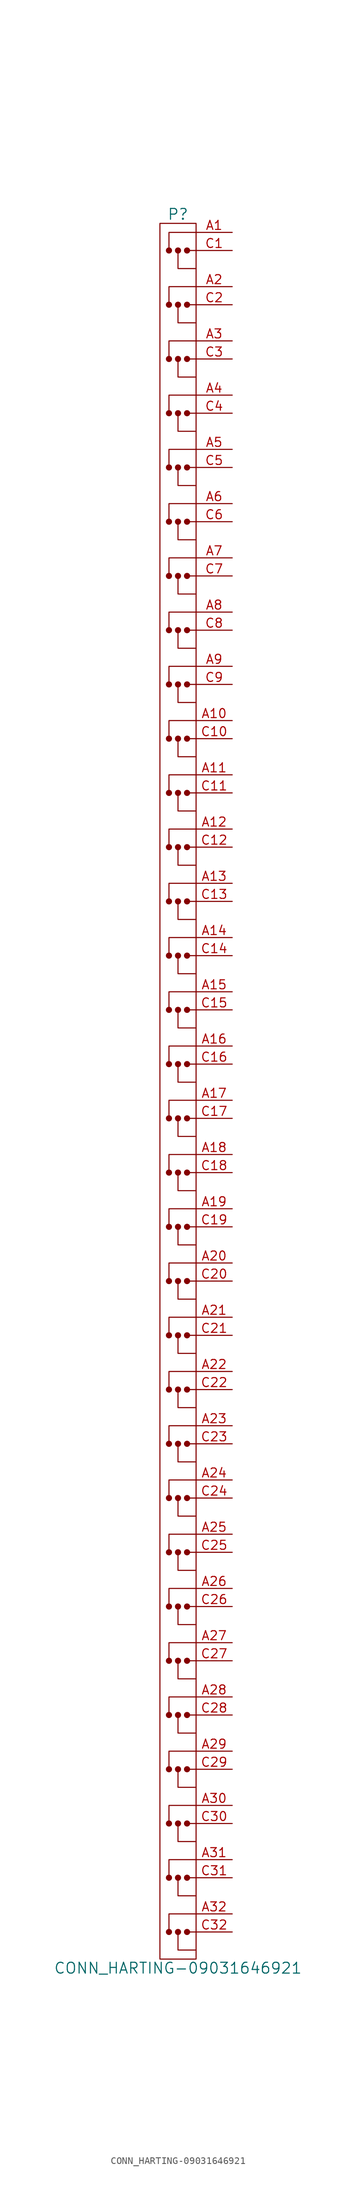
<source format=kicad_sym>
(kicad_symbol_lib
  (version 20201005)
  (generator kicad_symbol_editor)
  (symbol "CONN_HARTING-09031646921"
    (pin_names
      (offset 1.016))
    (property "Reference" "P"
      (at 0 123.19 0)
      (effects (font (size 1.524 1.524))))
    (property "Value" "CONN_HARTING-09031646921"
      (at 0 -123.19 0)
      (effects (font (size 1.524 1.524))))
    (property "Footprint" ""
      (at 8.255 90.17 0)
      (effects (font (size 1.524 1.524))))
    (property "Datasheet" ""
      (at 8.255 90.17 0)
      (effects (font (size 1.524 1.524))))
    (symbol "CONN_HARTING-09031646921_0_1"
      (circle (center -1.27 -118.11) (radius 0.356) (stroke (width 0)) (fill (type outline)))
      (circle (center -1.27 -110.49) (radius 0.356) (stroke (width 0)) (fill (type outline)))
      (circle (center -1.27 -102.87) (radius 0.356) (stroke (width 0)) (fill (type outline)))
      (circle (center -1.27 -95.25) (radius 0.356) (stroke (width 0)) (fill (type outline)))
      (circle (center -1.27 -87.63) (radius 0.356) (stroke (width 0)) (fill (type outline)))
      (circle (center -1.27 -80.01) (radius 0.356) (stroke (width 0)) (fill (type outline)))
      (circle (center -1.27 -72.39) (radius 0.356) (stroke (width 0)) (fill (type outline)))
      (circle (center -1.27 -64.77) (radius 0.356) (stroke (width 0)) (fill (type outline)))
      (circle (center -1.27 -57.15) (radius 0.356) (stroke (width 0)) (fill (type outline)))
      (circle (center -1.27 -49.53) (radius 0.356) (stroke (width 0)) (fill (type outline)))
      (circle (center -1.27 -41.91) (radius 0.356) (stroke (width 0)) (fill (type outline)))
      (circle (center -1.27 -34.29) (radius 0.356) (stroke (width 0)) (fill (type outline)))
      (circle (center -1.27 -26.67) (radius 0.356) (stroke (width 0)) (fill (type outline)))
      (circle (center -1.27 -19.05) (radius 0.356) (stroke (width 0)) (fill (type outline)))
      (circle (center -1.27 -11.43) (radius 0.356) (stroke (width 0)) (fill (type outline)))
      (circle (center -1.27 -3.81) (radius 0.356) (stroke (width 0)) (fill (type outline)))
      (circle (center -1.27 3.81) (radius 0.356) (stroke (width 0)) (fill (type outline)))
      (circle (center -1.27 11.43) (radius 0.356) (stroke (width 0)) (fill (type outline)))
      (circle (center -1.27 19.05) (radius 0.356) (stroke (width 0)) (fill (type outline)))
      (circle (center -1.27 26.67) (radius 0.356) (stroke (width 0)) (fill (type outline)))
      (circle (center -1.27 34.29) (radius 0.356) (stroke (width 0)) (fill (type outline)))
      (circle (center -1.27 41.91) (radius 0.356) (stroke (width 0)) (fill (type outline)))
      (circle (center -1.27 49.53) (radius 0.356) (stroke (width 0)) (fill (type outline)))
      (circle (center -1.27 57.15) (radius 0.356) (stroke (width 0)) (fill (type outline)))
      (circle (center -1.27 64.77) (radius 0.356) (stroke (width 0)) (fill (type outline)))
      (circle (center -1.27 72.39) (radius 0.356) (stroke (width 0)) (fill (type outline)))
      (circle (center -1.27 80.01) (radius 0.356) (stroke (width 0)) (fill (type outline)))
      (circle (center -1.27 87.63) (radius 0.356) (stroke (width 0)) (fill (type outline)))
      (circle (center -1.27 95.25) (radius 0.356) (stroke (width 0)) (fill (type outline)))
      (circle (center -1.27 102.87) (radius 0.356) (stroke (width 0)) (fill (type outline)))
      (circle (center -1.27 110.49) (radius 0.356) (stroke (width 0)) (fill (type outline)))
      (circle (center -1.27 118.11) (radius 0.356) (stroke (width 0)) (fill (type outline)))
      (circle (center 0 -118.11) (radius 0.356) (stroke (width 0)) (fill (type outline)))
      (circle (center 0 -110.49) (radius 0.356) (stroke (width 0)) (fill (type outline)))
      (circle (center 0 -102.87) (radius 0.356) (stroke (width 0)) (fill (type outline)))
      (circle (center 0 -95.25) (radius 0.356) (stroke (width 0)) (fill (type outline)))
      (circle (center 0 -87.63) (radius 0.356) (stroke (width 0)) (fill (type outline)))
      (circle (center 0 -80.01) (radius 0.356) (stroke (width 0)) (fill (type outline)))
      (circle (center 0 -72.39) (radius 0.356) (stroke (width 0)) (fill (type outline)))
      (circle (center 0 -64.77) (radius 0.356) (stroke (width 0)) (fill (type outline)))
      (circle (center 0 -57.15) (radius 0.356) (stroke (width 0)) (fill (type outline)))
      (circle (center 0 -49.53) (radius 0.356) (stroke (width 0)) (fill (type outline)))
      (circle (center 0 -41.91) (radius 0.356) (stroke (width 0)) (fill (type outline)))
      (circle (center 0 -34.29) (radius 0.356) (stroke (width 0)) (fill (type outline)))
      (circle (center 0 -26.67) (radius 0.356) (stroke (width 0)) (fill (type outline)))
      (circle (center 0 -19.05) (radius 0.356) (stroke (width 0)) (fill (type outline)))
      (circle (center 0 -11.43) (radius 0.356) (stroke (width 0)) (fill (type outline)))
      (circle (center 0 -3.81) (radius 0.356) (stroke (width 0)) (fill (type outline)))
      (circle (center 0 3.81) (radius 0.356) (stroke (width 0)) (fill (type outline)))
      (circle (center 0 11.43) (radius 0.356) (stroke (width 0)) (fill (type outline)))
      (circle (center 0 19.05) (radius 0.356) (stroke (width 0)) (fill (type outline)))
      (circle (center 0 26.67) (radius 0.356) (stroke (width 0)) (fill (type outline)))
      (circle (center 0 34.29) (radius 0.356) (stroke (width 0)) (fill (type outline)))
      (circle (center 0 41.91) (radius 0.356) (stroke (width 0)) (fill (type outline)))
      (circle (center 0 49.53) (radius 0.356) (stroke (width 0)) (fill (type outline)))
      (circle (center 0 57.15) (radius 0.356) (stroke (width 0)) (fill (type outline)))
      (circle (center 0 64.77) (radius 0.356) (stroke (width 0)) (fill (type outline)))
      (circle (center 0 72.39) (radius 0.356) (stroke (width 0)) (fill (type outline)))
      (circle (center 0 80.01) (radius 0.356) (stroke (width 0)) (fill (type outline)))
      (circle (center 0 87.63) (radius 0.356) (stroke (width 0)) (fill (type outline)))
      (circle (center 0 95.25) (radius 0.356) (stroke (width 0)) (fill (type outline)))
      (circle (center 0 102.87) (radius 0.356) (stroke (width 0)) (fill (type outline)))
      (circle (center 0 110.49) (radius 0.356) (stroke (width 0)) (fill (type outline)))
      (circle (center 0 118.11) (radius 0.356) (stroke (width 0)) (fill (type outline)))
      (circle (center 1.27 -118.11) (radius 0.356) (stroke (width 0)) (fill (type outline)))
      (circle (center 1.27 -110.49) (radius 0.356) (stroke (width 0)) (fill (type outline)))
      (circle (center 1.27 -102.87) (radius 0.356) (stroke (width 0)) (fill (type outline)))
      (circle (center 1.27 -95.25) (radius 0.356) (stroke (width 0)) (fill (type outline)))
      (circle (center 1.27 -87.63) (radius 0.356) (stroke (width 0)) (fill (type outline)))
      (circle (center 1.27 -80.01) (radius 0.356) (stroke (width 0)) (fill (type outline)))
      (circle (center 1.27 -72.39) (radius 0.356) (stroke (width 0)) (fill (type outline)))
      (circle (center 1.27 -64.77) (radius 0.356) (stroke (width 0)) (fill (type outline)))
      (circle (center 1.27 -57.15) (radius 0.356) (stroke (width 0)) (fill (type outline)))
      (circle (center 1.27 -49.53) (radius 0.356) (stroke (width 0)) (fill (type outline)))
      (circle (center 1.27 -41.91) (radius 0.356) (stroke (width 0)) (fill (type outline)))
      (circle (center 1.27 -34.29) (radius 0.356) (stroke (width 0)) (fill (type outline)))
      (circle (center 1.27 -26.67) (radius 0.356) (stroke (width 0)) (fill (type outline)))
      (circle (center 1.27 -19.05) (radius 0.356) (stroke (width 0)) (fill (type outline)))
      (circle (center 1.27 -11.43) (radius 0.356) (stroke (width 0)) (fill (type outline)))
      (circle (center 1.27 -3.81) (radius 0.356) (stroke (width 0)) (fill (type outline)))
      (circle (center 1.27 3.81) (radius 0.356) (stroke (width 0)) (fill (type outline)))
      (circle (center 1.27 11.43) (radius 0.356) (stroke (width 0)) (fill (type outline)))
      (circle (center 1.27 19.05) (radius 0.356) (stroke (width 0)) (fill (type outline)))
      (circle (center 1.27 26.67) (radius 0.356) (stroke (width 0)) (fill (type outline)))
      (circle (center 1.27 34.29) (radius 0.356) (stroke (width 0)) (fill (type outline)))
      (circle (center 1.27 41.91) (radius 0.356) (stroke (width 0)) (fill (type outline)))
      (circle (center 1.27 49.53) (radius 0.356) (stroke (width 0)) (fill (type outline)))
      (circle (center 1.27 57.15) (radius 0.356) (stroke (width 0)) (fill (type outline)))
      (circle (center 1.27 64.77) (radius 0.356) (stroke (width 0)) (fill (type outline)))
      (circle (center 1.27 72.39) (radius 0.356) (stroke (width 0)) (fill (type outline)))
      (circle (center 1.27 80.01) (radius 0.356) (stroke (width 0)) (fill (type outline)))
      (circle (center 1.27 87.63) (radius 0.356) (stroke (width 0)) (fill (type outline)))
      (circle (center 1.27 95.25) (radius 0.356) (stroke (width 0)) (fill (type outline)))
      (circle (center 1.27 102.87) (radius 0.356) (stroke (width 0)) (fill (type outline)))
      (circle (center 1.27 110.49) (radius 0.356) (stroke (width 0)) (fill (type outline)))
      (circle (center 1.27 118.11) (radius 0.356) (stroke (width 0)) (fill (type outline)))
      (rectangle (start -2.54 121.92) (end 2.54 -121.92) (stroke (width 0)) (fill (type none)))
      (polyline (pts (xy 1.27 -118.11) (xy 2.54 -118.11)) (stroke (width 0)) (fill (type none)))
      (polyline (pts (xy 1.27 -110.49) (xy 2.54 -110.49)) (stroke (width 0)) (fill (type none)))
      (polyline (pts (xy 1.27 -102.87) (xy 2.54 -102.87)) (stroke (width 0)) (fill (type none)))
      (polyline (pts (xy 1.27 -95.25) (xy 2.54 -95.25)) (stroke (width 0)) (fill (type none)))
      (polyline (pts (xy 1.27 -87.63) (xy 2.54 -87.63)) (stroke (width 0)) (fill (type none)))
      (polyline (pts (xy 1.27 -80.01) (xy 2.54 -80.01)) (stroke (width 0)) (fill (type none)))
      (polyline (pts (xy 1.27 -72.39) (xy 2.54 -72.39)) (stroke (width 0)) (fill (type none)))
      (polyline (pts (xy 1.27 -64.77) (xy 2.54 -64.77)) (stroke (width 0)) (fill (type none)))
      (polyline (pts (xy 1.27 -57.15) (xy 2.54 -57.15)) (stroke (width 0)) (fill (type none)))
      (polyline (pts (xy 1.27 -49.53) (xy 2.54 -49.53)) (stroke (width 0)) (fill (type none)))
      (polyline (pts (xy 1.27 -41.91) (xy 2.54 -41.91)) (stroke (width 0)) (fill (type none)))
      (polyline (pts (xy 1.27 -34.29) (xy 2.54 -34.29)) (stroke (width 0)) (fill (type none)))
      (polyline (pts (xy 1.27 -26.67) (xy 2.54 -26.67)) (stroke (width 0)) (fill (type none)))
      (polyline (pts (xy 1.27 -19.05) (xy 2.54 -19.05)) (stroke (width 0)) (fill (type none)))
      (polyline (pts (xy 1.27 -11.43) (xy 2.54 -11.43)) (stroke (width 0)) (fill (type none)))
      (polyline (pts (xy 1.27 -3.81) (xy 2.54 -3.81)) (stroke (width 0)) (fill (type none)))
      (polyline (pts (xy 1.27 3.81) (xy 2.54 3.81)) (stroke (width 0)) (fill (type none)))
      (polyline (pts (xy 1.27 11.43) (xy 2.54 11.43)) (stroke (width 0)) (fill (type none)))
      (polyline (pts (xy 1.27 19.05) (xy 2.54 19.05)) (stroke (width 0)) (fill (type none)))
      (polyline (pts (xy 1.27 26.67) (xy 2.54 26.67)) (stroke (width 0)) (fill (type none)))
      (polyline (pts (xy 1.27 34.29) (xy 2.54 34.29)) (stroke (width 0)) (fill (type none)))
      (polyline (pts (xy 1.27 41.91) (xy 2.54 41.91)) (stroke (width 0)) (fill (type none)))
      (polyline (pts (xy 1.27 49.53) (xy 2.54 49.53)) (stroke (width 0)) (fill (type none)))
      (polyline (pts (xy 1.27 57.15) (xy 2.54 57.15)) (stroke (width 0)) (fill (type none)))
      (polyline (pts (xy 1.27 64.77) (xy 2.54 64.77)) (stroke (width 0)) (fill (type none)))
      (polyline (pts (xy 1.27 72.39) (xy 2.54 72.39)) (stroke (width 0)) (fill (type none)))
      (polyline (pts (xy 1.27 80.01) (xy 2.54 80.01)) (stroke (width 0)) (fill (type none)))
      (polyline (pts (xy 1.27 87.63) (xy 2.54 87.63)) (stroke (width 0)) (fill (type none)))
      (polyline (pts (xy 1.27 95.25) (xy 2.54 95.25)) (stroke (width 0)) (fill (type none)))
      (polyline (pts (xy 1.27 102.87) (xy 2.54 102.87)) (stroke (width 0)) (fill (type none)))
      (polyline (pts (xy 1.27 110.49) (xy 2.54 110.49)) (stroke (width 0)) (fill (type none)))
      (polyline (pts (xy 1.27 118.11) (xy 2.54 118.11)) (stroke (width 0)) (fill (type none)))
      (polyline (pts (xy -1.27 -118.11) (xy -1.27 -115.57) (xy 2.54 -115.57)) (stroke (width 0)) (fill (type none)))
      (polyline (pts (xy -1.27 -110.49) (xy -1.27 -107.95) (xy 2.54 -107.95)) (stroke (width 0)) (fill (type none)))
      (polyline (pts (xy -1.27 -102.87) (xy -1.27 -100.33) (xy 2.54 -100.33)) (stroke (width 0)) (fill (type none)))
      (polyline (pts (xy -1.27 -95.25) (xy -1.27 -92.71) (xy 2.54 -92.71)) (stroke (width 0)) (fill (type none)))
      (polyline (pts (xy -1.27 -87.63) (xy -1.27 -85.09) (xy 2.54 -85.09)) (stroke (width 0)) (fill (type none)))
      (polyline (pts (xy -1.27 -80.01) (xy -1.27 -77.47) (xy 2.54 -77.47)) (stroke (width 0)) (fill (type none)))
      (polyline (pts (xy -1.27 -72.39) (xy -1.27 -69.85) (xy 2.54 -69.85)) (stroke (width 0)) (fill (type none)))
      (polyline (pts (xy -1.27 -64.77) (xy -1.27 -62.23) (xy 2.54 -62.23)) (stroke (width 0)) (fill (type none)))
      (polyline (pts (xy -1.27 -57.15) (xy -1.27 -54.61) (xy 2.54 -54.61)) (stroke (width 0)) (fill (type none)))
      (polyline (pts (xy -1.27 -49.53) (xy -1.27 -46.99) (xy 2.54 -46.99)) (stroke (width 0)) (fill (type none)))
      (polyline (pts (xy -1.27 -41.91) (xy -1.27 -39.37) (xy 2.54 -39.37)) (stroke (width 0)) (fill (type none)))
      (polyline (pts (xy -1.27 -34.29) (xy -1.27 -31.75) (xy 2.54 -31.75)) (stroke (width 0)) (fill (type none)))
      (polyline (pts (xy -1.27 -26.67) (xy -1.27 -24.13) (xy 2.54 -24.13)) (stroke (width 0)) (fill (type none)))
      (polyline (pts (xy -1.27 -19.05) (xy -1.27 -16.51) (xy 2.54 -16.51)) (stroke (width 0)) (fill (type none)))
      (polyline (pts (xy -1.27 -11.43) (xy -1.27 -8.89) (xy 2.54 -8.89)) (stroke (width 0)) (fill (type none)))
      (polyline (pts (xy -1.27 -3.81) (xy -1.27 -1.27) (xy 2.54 -1.27)) (stroke (width 0)) (fill (type none)))
      (polyline (pts (xy -1.27 3.81) (xy -1.27 6.35) (xy 2.54 6.35)) (stroke (width 0)) (fill (type none)))
      (polyline (pts (xy -1.27 11.43) (xy -1.27 13.97) (xy 2.54 13.97)) (stroke (width 0)) (fill (type none)))
      (polyline (pts (xy -1.27 19.05) (xy -1.27 21.59) (xy 2.54 21.59)) (stroke (width 0)) (fill (type none)))
      (polyline (pts (xy -1.27 26.67) (xy -1.27 29.21) (xy 2.54 29.21)) (stroke (width 0)) (fill (type none)))
      (polyline (pts (xy -1.27 34.29) (xy -1.27 36.83) (xy 2.54 36.83)) (stroke (width 0)) (fill (type none)))
      (polyline (pts (xy -1.27 41.91) (xy -1.27 44.45) (xy 2.54 44.45)) (stroke (width 0)) (fill (type none)))
      (polyline (pts (xy -1.27 49.53) (xy -1.27 52.07) (xy 2.54 52.07)) (stroke (width 0)) (fill (type none)))
      (polyline (pts (xy -1.27 57.15) (xy -1.27 59.69) (xy 2.54 59.69)) (stroke (width 0)) (fill (type none)))
      (polyline (pts (xy -1.27 64.77) (xy -1.27 67.31) (xy 2.54 67.31)) (stroke (width 0)) (fill (type none)))
      (polyline (pts (xy -1.27 72.39) (xy -1.27 74.93) (xy 2.54 74.93)) (stroke (width 0)) (fill (type none)))
      (polyline (pts (xy -1.27 80.01) (xy -1.27 82.55) (xy 2.54 82.55)) (stroke (width 0)) (fill (type none)))
      (polyline (pts (xy -1.27 87.63) (xy -1.27 90.17) (xy 2.54 90.17)) (stroke (width 0)) (fill (type none)))
      (polyline (pts (xy -1.27 95.25) (xy -1.27 97.79) (xy 2.54 97.79)) (stroke (width 0)) (fill (type none)))
      (polyline (pts (xy -1.27 102.87) (xy -1.27 105.41) (xy 2.54 105.41)) (stroke (width 0)) (fill (type none)))
      (polyline (pts (xy -1.27 110.49) (xy -1.27 113.03) (xy 2.54 113.03)) (stroke (width 0)) (fill (type none)))
      (polyline (pts (xy -1.27 118.11) (xy -1.27 120.65) (xy 2.54 120.65)) (stroke (width 0)) (fill (type none)))
      (polyline (pts (xy 0 -118.11) (xy 0 -120.65) (xy 2.54 -120.65)) (stroke (width 0)) (fill (type none)))
      (polyline (pts (xy 0 -110.49) (xy 0 -113.03) (xy 2.54 -113.03)) (stroke (width 0)) (fill (type none)))
      (polyline (pts (xy 0 -102.87) (xy 0 -105.41) (xy 2.54 -105.41)) (stroke (width 0)) (fill (type none)))
      (polyline (pts (xy 0 -95.25) (xy 0 -97.79) (xy 2.54 -97.79)) (stroke (width 0)) (fill (type none)))
      (polyline (pts (xy 0 -87.63) (xy 0 -90.17) (xy 2.54 -90.17)) (stroke (width 0)) (fill (type none)))
      (polyline (pts (xy 0 -80.01) (xy 0 -82.55) (xy 2.54 -82.55)) (stroke (width 0)) (fill (type none)))
      (polyline (pts (xy 0 -72.39) (xy 0 -74.93) (xy 2.54 -74.93)) (stroke (width 0)) (fill (type none)))
      (polyline (pts (xy 0 -64.77) (xy 0 -67.31) (xy 2.54 -67.31)) (stroke (width 0)) (fill (type none)))
      (polyline (pts (xy 0 -57.15) (xy 0 -59.69) (xy 2.54 -59.69)) (stroke (width 0)) (fill (type none)))
      (polyline (pts (xy 0 -49.53) (xy 0 -52.07) (xy 2.54 -52.07)) (stroke (width 0)) (fill (type none)))
      (polyline (pts (xy 0 -41.91) (xy 0 -44.45) (xy 2.54 -44.45)) (stroke (width 0)) (fill (type none)))
      (polyline (pts (xy 0 -34.29) (xy 0 -36.83) (xy 2.54 -36.83)) (stroke (width 0)) (fill (type none)))
      (polyline (pts (xy 0 -26.67) (xy 0 -29.21) (xy 2.54 -29.21)) (stroke (width 0)) (fill (type none)))
      (polyline (pts (xy 0 -19.05) (xy 0 -21.59) (xy 2.54 -21.59)) (stroke (width 0)) (fill (type none)))
      (polyline (pts (xy 0 -11.43) (xy 0 -13.97) (xy 2.54 -13.97)) (stroke (width 0)) (fill (type none)))
      (polyline (pts (xy 0 -3.81) (xy 0 -6.35) (xy 2.54 -6.35)) (stroke (width 0)) (fill (type none)))
      (polyline (pts (xy 0 3.81) (xy 0 1.27) (xy 2.54 1.27)) (stroke (width 0)) (fill (type none)))
      (polyline (pts (xy 0 11.43) (xy 0 8.89) (xy 2.54 8.89)) (stroke (width 0)) (fill (type none)))
      (polyline (pts (xy 0 19.05) (xy 0 16.51) (xy 2.54 16.51)) (stroke (width 0)) (fill (type none)))
      (polyline (pts (xy 0 26.67) (xy 0 24.13) (xy 2.54 24.13)) (stroke (width 0)) (fill (type none)))
      (polyline (pts (xy 0 34.29) (xy 0 31.75) (xy 2.54 31.75)) (stroke (width 0)) (fill (type none)))
      (polyline (pts (xy 0 41.91) (xy 0 39.37) (xy 2.54 39.37)) (stroke (width 0)) (fill (type none)))
      (polyline (pts (xy 0 49.53) (xy 0 46.99) (xy 2.54 46.99)) (stroke (width 0)) (fill (type none)))
      (polyline (pts (xy 0 57.15) (xy 0 54.61) (xy 2.54 54.61)) (stroke (width 0)) (fill (type none)))
      (polyline (pts (xy 0 64.77) (xy 0 62.23) (xy 2.54 62.23)) (stroke (width 0)) (fill (type none)))
      (polyline (pts (xy 0 72.39) (xy 0 69.85) (xy 2.54 69.85)) (stroke (width 0)) (fill (type none)))
      (polyline (pts (xy 0 80.01) (xy 0 77.47) (xy 2.54 77.47)) (stroke (width 0)) (fill (type none)))
      (polyline (pts (xy 0 87.63) (xy 0 85.09) (xy 2.54 85.09)) (stroke (width 0)) (fill (type none)))
      (polyline (pts (xy 0 95.25) (xy 0 92.71) (xy 2.54 92.71)) (stroke (width 0)) (fill (type none)))
      (polyline (pts (xy 0 102.87) (xy 0 100.33) (xy 2.54 100.33)) (stroke (width 0)) (fill (type none)))
      (polyline (pts (xy 0 110.49) (xy 0 107.95) (xy 2.54 107.95)) (stroke (width 0)) (fill (type none)))
      (polyline (pts (xy 0 118.11) (xy 0 115.57) (xy 2.54 115.57)) (stroke (width 0)) (fill (type none))))
    (symbol "CONN_HARTING-09031646921_1_1"
      (pin passive line (at 7.62 120.65 180) (length 5.08) (name "~" (effects (font (size 1.27 1.27)))) (number "A1" (effects (font (size 1.27 1.27)))))
      (pin passive line (at 7.62 52.07 180) (length 5.08) (name "~" (effects (font (size 1.27 1.27)))) (number "A10" (effects (font (size 1.27 1.27)))))
      (pin passive line (at 7.62 44.45 180) (length 5.08) (name "~" (effects (font (size 1.27 1.27)))) (number "A11" (effects (font (size 1.27 1.27)))))
      (pin passive line (at 7.62 36.83 180) (length 5.08) (name "~" (effects (font (size 1.27 1.27)))) (number "A12" (effects (font (size 1.27 1.27)))))
      (pin passive line (at 7.62 29.21 180) (length 5.08) (name "~" (effects (font (size 1.27 1.27)))) (number "A13" (effects (font (size 1.27 1.27)))))
      (pin passive line (at 7.62 21.59 180) (length 5.08) (name "~" (effects (font (size 1.27 1.27)))) (number "A14" (effects (font (size 1.27 1.27)))))
      (pin passive line (at 7.62 13.97 180) (length 5.08) (name "~" (effects (font (size 1.27 1.27)))) (number "A15" (effects (font (size 1.27 1.27)))))
      (pin passive line (at 7.62 6.35 180) (length 5.08) (name "~" (effects (font (size 1.27 1.27)))) (number "A16" (effects (font (size 1.27 1.27)))))
      (pin passive line (at 7.62 -1.27 180) (length 5.08) (name "~" (effects (font (size 1.27 1.27)))) (number "A17" (effects (font (size 1.27 1.27)))))
      (pin passive line (at 7.62 -8.89 180) (length 5.08) (name "~" (effects (font (size 1.27 1.27)))) (number "A18" (effects (font (size 1.27 1.27)))))
      (pin passive line (at 7.62 -16.51 180) (length 5.08) (name "~" (effects (font (size 1.27 1.27)))) (number "A19" (effects (font (size 1.27 1.27)))))
      (pin passive line (at 7.62 113.03 180) (length 5.08) (name "~" (effects (font (size 1.27 1.27)))) (number "A2" (effects (font (size 1.27 1.27)))))
      (pin passive line (at 7.62 -24.13 180) (length 5.08) (name "~" (effects (font (size 1.27 1.27)))) (number "A20" (effects (font (size 1.27 1.27)))))
      (pin passive line (at 7.62 -31.75 180) (length 5.08) (name "~" (effects (font (size 1.27 1.27)))) (number "A21" (effects (font (size 1.27 1.27)))))
      (pin passive line (at 7.62 -39.37 180) (length 5.08) (name "~" (effects (font (size 1.27 1.27)))) (number "A22" (effects (font (size 1.27 1.27)))))
      (pin passive line (at 7.62 -46.99 180) (length 5.08) (name "~" (effects (font (size 1.27 1.27)))) (number "A23" (effects (font (size 1.27 1.27)))))
      (pin passive line (at 7.62 -54.61 180) (length 5.08) (name "~" (effects (font (size 1.27 1.27)))) (number "A24" (effects (font (size 1.27 1.27)))))
      (pin passive line (at 7.62 -62.23 180) (length 5.08) (name "~" (effects (font (size 1.27 1.27)))) (number "A25" (effects (font (size 1.27 1.27)))))
      (pin passive line (at 7.62 -69.85 180) (length 5.08) (name "~" (effects (font (size 1.27 1.27)))) (number "A26" (effects (font (size 1.27 1.27)))))
      (pin passive line (at 7.62 -77.47 180) (length 5.08) (name "~" (effects (font (size 1.27 1.27)))) (number "A27" (effects (font (size 1.27 1.27)))))
      (pin passive line (at 7.62 -85.09 180) (length 5.08) (name "~" (effects (font (size 1.27 1.27)))) (number "A28" (effects (font (size 1.27 1.27)))))
      (pin passive line (at 7.62 -92.71 180) (length 5.08) (name "~" (effects (font (size 1.27 1.27)))) (number "A29" (effects (font (size 1.27 1.27)))))
      (pin passive line (at 7.62 105.41 180) (length 5.08) (name "~" (effects (font (size 1.27 1.27)))) (number "A3" (effects (font (size 1.27 1.27)))))
      (pin passive line (at 7.62 -100.33 180) (length 5.08) (name "~" (effects (font (size 1.27 1.27)))) (number "A30" (effects (font (size 1.27 1.27)))))
      (pin passive line (at 7.62 -107.95 180) (length 5.08) (name "~" (effects (font (size 1.27 1.27)))) (number "A31" (effects (font (size 1.27 1.27)))))
      (pin passive line (at 7.62 -115.57 180) (length 5.08) (name "~" (effects (font (size 1.27 1.27)))) (number "A32" (effects (font (size 1.27 1.27)))))
      (pin passive line (at 7.62 97.79 180) (length 5.08) (name "~" (effects (font (size 1.27 1.27)))) (number "A4" (effects (font (size 1.27 1.27)))))
      (pin passive line (at 7.62 90.17 180) (length 5.08) (name "~" (effects (font (size 1.27 1.27)))) (number "A5" (effects (font (size 1.27 1.27)))))
      (pin passive line (at 7.62 82.55 180) (length 5.08) (name "~" (effects (font (size 1.27 1.27)))) (number "A6" (effects (font (size 1.27 1.27)))))
      (pin passive line (at 7.62 74.93 180) (length 5.08) (name "~" (effects (font (size 1.27 1.27)))) (number "A7" (effects (font (size 1.27 1.27)))))
      (pin passive line (at 7.62 67.31 180) (length 5.08) (name "~" (effects (font (size 1.27 1.27)))) (number "A8" (effects (font (size 1.27 1.27)))))
      (pin passive line (at 7.62 59.69 180) (length 5.08) (name "~" (effects (font (size 1.27 1.27)))) (number "A9" (effects (font (size 1.27 1.27)))))
      (pin passive line (at 7.62 118.11 180) (length 5.08) (name "~" (effects (font (size 1.27 1.27)))) (number "C1" (effects (font (size 1.27 1.27)))))
      (pin passive line (at 7.62 49.53 180) (length 5.08) (name "~" (effects (font (size 1.27 1.27)))) (number "C10" (effects (font (size 1.27 1.27)))))
      (pin passive line (at 7.62 41.91 180) (length 5.08) (name "~" (effects (font (size 1.27 1.27)))) (number "C11" (effects (font (size 1.27 1.27)))))
      (pin passive line (at 7.62 34.29 180) (length 5.08) (name "~" (effects (font (size 1.27 1.27)))) (number "C12" (effects (font (size 1.27 1.27)))))
      (pin passive line (at 7.62 26.67 180) (length 5.08) (name "~" (effects (font (size 1.27 1.27)))) (number "C13" (effects (font (size 1.27 1.27)))))
      (pin passive line (at 7.62 19.05 180) (length 5.08) (name "~" (effects (font (size 1.27 1.27)))) (number "C14" (effects (font (size 1.27 1.27)))))
      (pin passive line (at 7.62 11.43 180) (length 5.08) (name "~" (effects (font (size 1.27 1.27)))) (number "C15" (effects (font (size 1.27 1.27)))))
      (pin passive line (at 7.62 3.81 180) (length 5.08) (name "~" (effects (font (size 1.27 1.27)))) (number "C16" (effects (font (size 1.27 1.27)))))
      (pin passive line (at 7.62 -3.81 180) (length 5.08) (name "~" (effects (font (size 1.27 1.27)))) (number "C17" (effects (font (size 1.27 1.27)))))
      (pin passive line (at 7.62 -11.43 180) (length 5.08) (name "~" (effects (font (size 1.27 1.27)))) (number "C18" (effects (font (size 1.27 1.27)))))
      (pin passive line (at 7.62 -19.05 180) (length 5.08) (name "~" (effects (font (size 1.27 1.27)))) (number "C19" (effects (font (size 1.27 1.27)))))
      (pin passive line (at 7.62 110.49 180) (length 5.08) (name "~" (effects (font (size 1.27 1.27)))) (number "C2" (effects (font (size 1.27 1.27)))))
      (pin passive line (at 7.62 -26.67 180) (length 5.08) (name "~" (effects (font (size 1.27 1.27)))) (number "C20" (effects (font (size 1.27 1.27)))))
      (pin passive line (at 7.62 -34.29 180) (length 5.08) (name "~" (effects (font (size 1.27 1.27)))) (number "C21" (effects (font (size 1.27 1.27)))))
      (pin passive line (at 7.62 -41.91 180) (length 5.08) (name "~" (effects (font (size 1.27 1.27)))) (number "C22" (effects (font (size 1.27 1.27)))))
      (pin passive line (at 7.62 -49.53 180) (length 5.08) (name "~" (effects (font (size 1.27 1.27)))) (number "C23" (effects (font (size 1.27 1.27)))))
      (pin passive line (at 7.62 -57.15 180) (length 5.08) (name "~" (effects (font (size 1.27 1.27)))) (number "C24" (effects (font (size 1.27 1.27)))))
      (pin passive line (at 7.62 -64.77 180) (length 5.08) (name "~" (effects (font (size 1.27 1.27)))) (number "C25" (effects (font (size 1.27 1.27)))))
      (pin passive line (at 7.62 -72.39 180) (length 5.08) (name "~" (effects (font (size 1.27 1.27)))) (number "C26" (effects (font (size 1.27 1.27)))))
      (pin passive line (at 7.62 -80.01 180) (length 5.08) (name "~" (effects (font (size 1.27 1.27)))) (number "C27" (effects (font (size 1.27 1.27)))))
      (pin passive line (at 7.62 -87.63 180) (length 5.08) (name "~" (effects (font (size 1.27 1.27)))) (number "C28" (effects (font (size 1.27 1.27)))))
      (pin passive line (at 7.62 -95.25 180) (length 5.08) (name "~" (effects (font (size 1.27 1.27)))) (number "C29" (effects (font (size 1.27 1.27)))))
      (pin passive line (at 7.62 102.87 180) (length 5.08) (name "~" (effects (font (size 1.27 1.27)))) (number "C3" (effects (font (size 1.27 1.27)))))
      (pin passive line (at 7.62 -102.87 180) (length 5.08) (name "~" (effects (font (size 1.27 1.27)))) (number "C30" (effects (font (size 1.27 1.27)))))
      (pin passive line (at 7.62 -110.49 180) (length 5.08) (name "~" (effects (font (size 1.27 1.27)))) (number "C31" (effects (font (size 1.27 1.27)))))
      (pin passive line (at 7.62 -118.11 180) (length 5.08) (name "~" (effects (font (size 1.27 1.27)))) (number "C32" (effects (font (size 1.27 1.27)))))
      (pin passive line (at 7.62 95.25 180) (length 5.08) (name "~" (effects (font (size 1.27 1.27)))) (number "C4" (effects (font (size 1.27 1.27)))))
      (pin passive line (at 7.62 87.63 180) (length 5.08) (name "~" (effects (font (size 1.27 1.27)))) (number "C5" (effects (font (size 1.27 1.27)))))
      (pin passive line (at 7.62 80.01 180) (length 5.08) (name "~" (effects (font (size 1.27 1.27)))) (number "C6" (effects (font (size 1.27 1.27)))))
      (pin passive line (at 7.62 72.39 180) (length 5.08) (name "~" (effects (font (size 1.27 1.27)))) (number "C7" (effects (font (size 1.27 1.27)))))
      (pin passive line (at 7.62 64.77 180) (length 5.08) (name "~" (effects (font (size 1.27 1.27)))) (number "C8" (effects (font (size 1.27 1.27)))))
      (pin passive line (at 7.62 57.15 180) (length 5.08) (name "~" (effects (font (size 1.27 1.27)))) (number "C9" (effects (font (size 1.27 1.27))))))))
</source>
